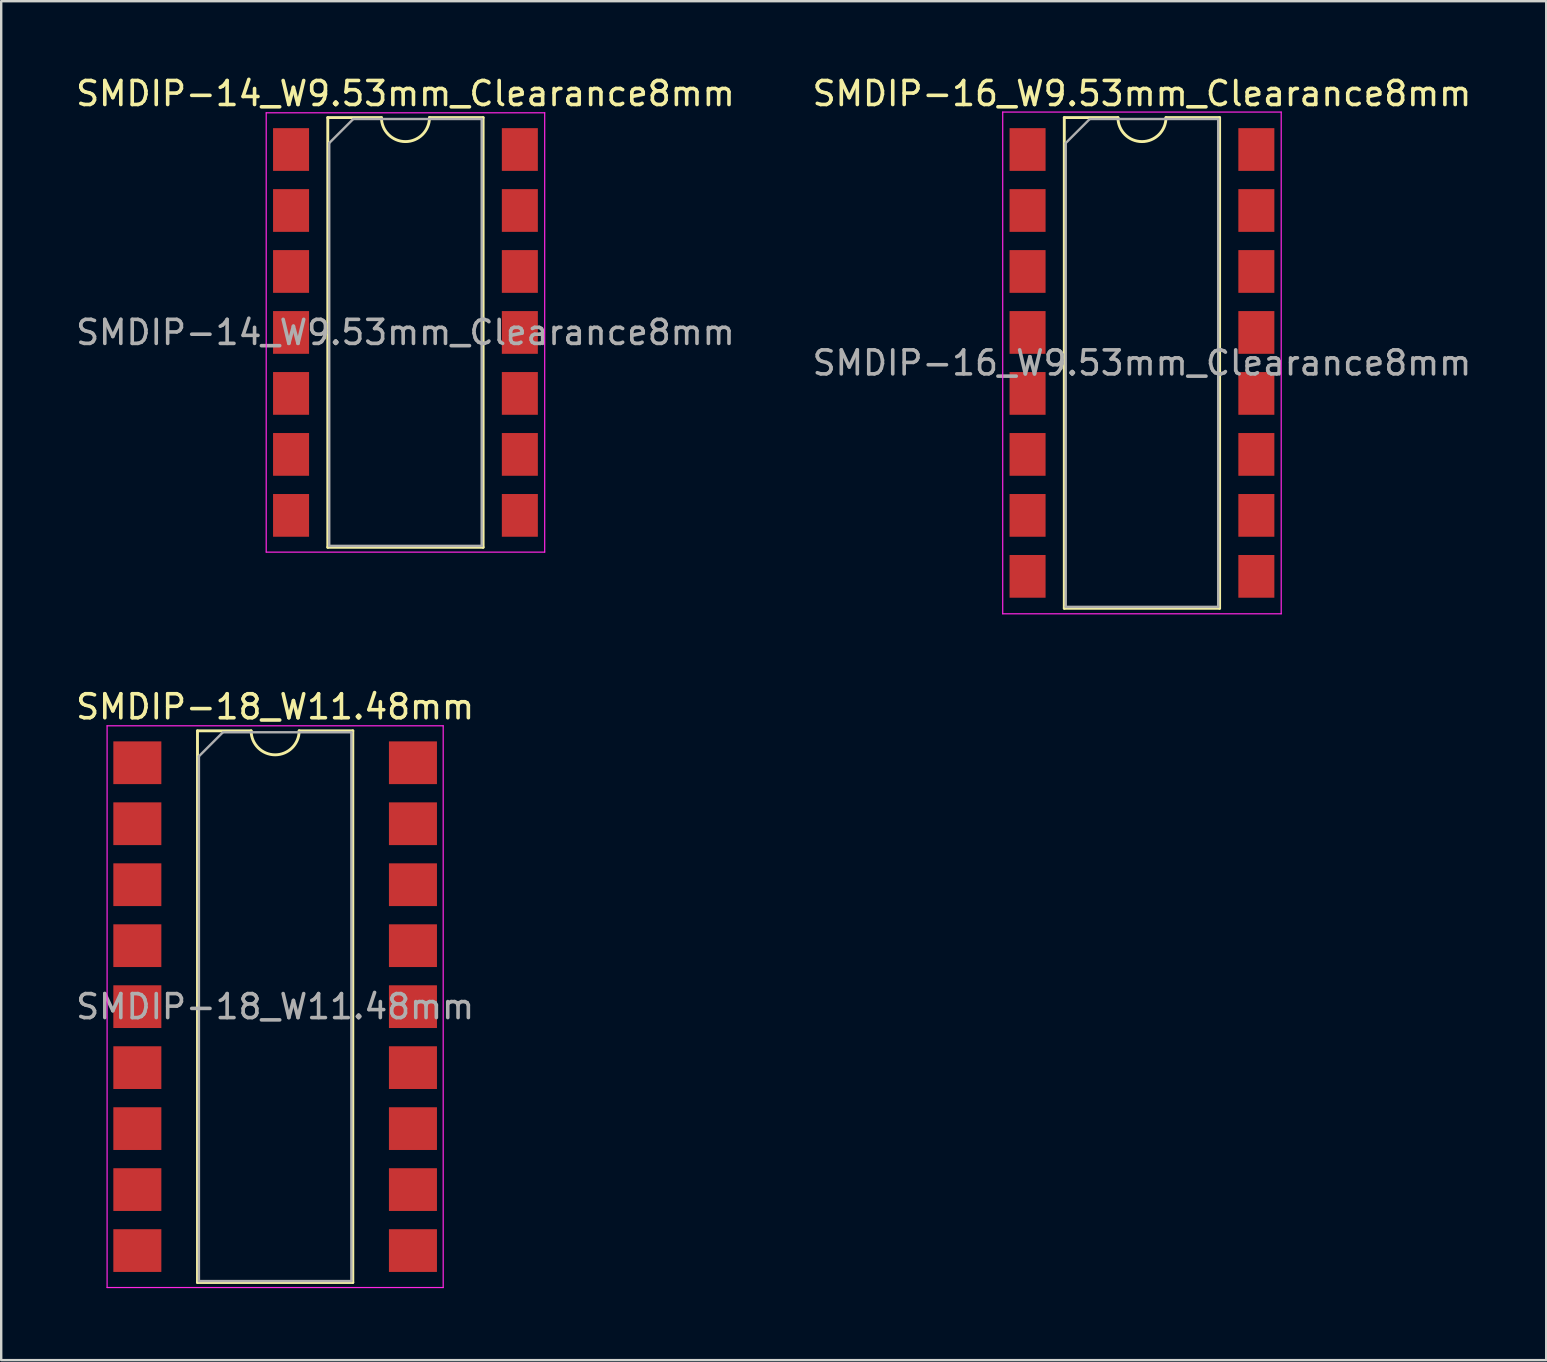
<source format=kicad_pcb>
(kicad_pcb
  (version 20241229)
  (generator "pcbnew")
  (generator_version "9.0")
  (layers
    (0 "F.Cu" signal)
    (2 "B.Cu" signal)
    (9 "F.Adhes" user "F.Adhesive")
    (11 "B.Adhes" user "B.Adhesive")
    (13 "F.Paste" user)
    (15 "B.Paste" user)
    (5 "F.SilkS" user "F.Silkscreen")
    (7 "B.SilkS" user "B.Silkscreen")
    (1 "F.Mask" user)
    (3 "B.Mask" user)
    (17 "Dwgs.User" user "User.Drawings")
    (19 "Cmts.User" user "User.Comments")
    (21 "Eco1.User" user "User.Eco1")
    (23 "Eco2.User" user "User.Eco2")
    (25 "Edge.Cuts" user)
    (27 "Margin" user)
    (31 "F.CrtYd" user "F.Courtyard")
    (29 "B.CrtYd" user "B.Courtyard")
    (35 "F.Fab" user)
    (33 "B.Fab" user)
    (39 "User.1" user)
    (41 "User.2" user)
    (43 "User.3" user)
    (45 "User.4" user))
  (footprint "SMDIP-18_W11.48mm"
    (layer "F.Cu")
    (at 8.411 38.882)
    (property "Reference" "SMDIP-18_W11.48mm" (at 0 -12.49 0) (layer "F.SilkS") (effects (font (size 1 1) (thickness 0.15))))
    (attr smd)
    (fp_line (start -3.235 -11.49) (end -3.235 11.49) (stroke (width 0.12) (type solid)) (layer "F.SilkS"))
    (fp_line (start -3.235 11.49) (end 3.235 11.49) (stroke (width 0.12) (type solid)) (layer "F.SilkS"))
    (fp_line (start -1 -11.49) (end -3.235 -11.49) (stroke (width 0.12) (type solid)) (layer "F.SilkS"))
    (fp_line (start 3.235 -11.49) (end 1 -11.49) (stroke (width 0.12) (type solid)) (layer "F.SilkS"))
    (fp_line (start 3.235 11.49) (end 3.235 -11.49) (stroke (width 0.12) (type solid)) (layer "F.SilkS"))
    (fp_arc (start 1 -11.49) (mid 0 -10.49) (end -1 -11.49) (stroke (width 0.12) (type solid)) (layer "F.SilkS"))
    (fp_line (start -7 -11.7) (end -7 11.7) (stroke (width 0.05) (type solid)) (layer "F.CrtYd"))
    (fp_line (start -7 11.7) (end 7 11.7) (stroke (width 0.05) (type solid)) (layer "F.CrtYd"))
    (fp_line (start 7 -11.7) (end -7 -11.7) (stroke (width 0.05) (type solid)) (layer "F.CrtYd"))
    (fp_line (start 7 11.7) (end 7 -11.7) (stroke (width 0.05) (type solid)) (layer "F.CrtYd"))
    (fp_line (start -3.175 -10.43) (end -2.175 -11.43) (stroke (width 0.1) (type solid)) (layer "F.Fab"))
    (fp_line (start -3.175 11.43) (end -3.175 -10.43) (stroke (width 0.1) (type solid)) (layer "F.Fab"))
    (fp_line (start -2.175 -11.43) (end 3.175 -11.43) (stroke (width 0.1) (type solid)) (layer "F.Fab"))
    (fp_line (start 3.175 -11.43) (end 3.175 11.43) (stroke (width 0.1) (type solid)) (layer "F.Fab"))
    (fp_line (start 3.175 11.43) (end -3.175 11.43) (stroke (width 0.1) (type solid)) (layer "F.Fab"))
    (fp_text user "${REFERENCE}" (at 0 0 0) (layer "F.Fab") (effects (font (size 1 1) (thickness 0.15))))
    (pad "1" smd rect (at -5.74 -10.16) (size 2 1.78) (layers "F.Cu" "F.Mask" "F.Paste"))
    (pad "2" smd rect (at -5.74 -7.62) (size 2 1.78) (layers "F.Cu" "F.Mask" "F.Paste"))
    (pad "3" smd rect (at -5.74 -5.08) (size 2 1.78) (layers "F.Cu" "F.Mask" "F.Paste"))
    (pad "4" smd rect (at -5.74 -2.54) (size 2 1.78) (layers "F.Cu" "F.Mask" "F.Paste"))
    (pad "5" smd rect (at -5.74 0) (size 2 1.78) (layers "F.Cu" "F.Mask" "F.Paste"))
    (pad "6" smd rect (at -5.74 2.54) (size 2 1.78) (layers "F.Cu" "F.Mask" "F.Paste"))
    (pad "7" smd rect (at -5.74 5.08) (size 2 1.78) (layers "F.Cu" "F.Mask" "F.Paste"))
    (pad "8" smd rect (at -5.74 7.62) (size 2 1.78) (layers "F.Cu" "F.Mask" "F.Paste"))
    (pad "9" smd rect (at -5.74 10.16) (size 2 1.78) (layers "F.Cu" "F.Mask" "F.Paste"))
    (pad "10" smd rect (at 5.74 10.16) (size 2 1.78) (layers "F.Cu" "F.Mask" "F.Paste"))
    (pad "11" smd rect (at 5.74 7.62) (size 2 1.78) (layers "F.Cu" "F.Mask" "F.Paste"))
    (pad "12" smd rect (at 5.74 5.08) (size 2 1.78) (layers "F.Cu" "F.Mask" "F.Paste"))
    (pad "13" smd rect (at 5.74 2.54) (size 2 1.78) (layers "F.Cu" "F.Mask" "F.Paste"))
    (pad "14" smd rect (at 5.74 0) (size 2 1.78) (layers "F.Cu" "F.Mask" "F.Paste"))
    (pad "15" smd rect (at 5.74 -2.54) (size 2 1.78) (layers "F.Cu" "F.Mask" "F.Paste"))
    (pad "16" smd rect (at 5.74 -5.08) (size 2 1.78) (layers "F.Cu" "F.Mask" "F.Paste"))
    (pad "17" smd rect (at 5.74 -7.62) (size 2 1.78) (layers "F.Cu" "F.Mask" "F.Paste"))
    (pad "18" smd rect (at 5.74 -10.16) (size 2 1.78) (layers "F.Cu" "F.Mask" "F.Paste")))
  (footprint "SMDIP-16_W9.53mm_Clearance8mm"
    (layer "F.Cu")
    (at 44.518 12.068)
    (property "Reference" "SMDIP-16_W9.53mm_Clearance8mm" (at 0 -11.22 0) (layer "F.SilkS") (effects (font (size 1 1) (thickness 0.15))))
    (attr smd)
    (fp_line (start -3.235 -10.22) (end -3.235 10.22) (stroke (width 0.12) (type solid)) (layer "F.SilkS"))
    (fp_line (start -3.235 10.22) (end 3.235 10.22) (stroke (width 0.12) (type solid)) (layer "F.SilkS"))
    (fp_line (start -1 -10.22) (end -3.235 -10.22) (stroke (width 0.12) (type solid)) (layer "F.SilkS"))
    (fp_line (start 3.235 -10.22) (end 1 -10.22) (stroke (width 0.12) (type solid)) (layer "F.SilkS"))
    (fp_line (start 3.235 10.22) (end 3.235 -10.22) (stroke (width 0.12) (type solid)) (layer "F.SilkS"))
    (fp_arc (start 1 -10.22) (mid 0 -9.22) (end -1 -10.22) (stroke (width 0.12) (type solid)) (layer "F.SilkS"))
    (fp_line (start -5.8 -10.45) (end -5.8 10.45) (stroke (width 0.05) (type solid)) (layer "F.CrtYd"))
    (fp_line (start -5.8 10.45) (end 5.8 10.45) (stroke (width 0.05) (type solid)) (layer "F.CrtYd"))
    (fp_line (start 5.8 -10.45) (end -5.8 -10.45) (stroke (width 0.05) (type solid)) (layer "F.CrtYd"))
    (fp_line (start 5.8 10.45) (end 5.8 -10.45) (stroke (width 0.05) (type solid)) (layer "F.CrtYd"))
    (fp_line (start -3.175 -9.16) (end -2.175 -10.16) (stroke (width 0.1) (type solid)) (layer "F.Fab"))
    (fp_line (start -3.175 10.16) (end -3.175 -9.16) (stroke (width 0.1) (type solid)) (layer "F.Fab"))
    (fp_line (start -2.175 -10.16) (end 3.175 -10.16) (stroke (width 0.1) (type solid)) (layer "F.Fab"))
    (fp_line (start 3.175 -10.16) (end 3.175 10.16) (stroke (width 0.1) (type solid)) (layer "F.Fab"))
    (fp_line (start 3.175 10.16) (end -3.175 10.16) (stroke (width 0.1) (type solid)) (layer "F.Fab"))
    (fp_text user "${REFERENCE}" (at 0 0 0) (layer "F.Fab") (effects (font (size 1 1) (thickness 0.15))))
    (pad "1" smd rect (at -4.765 -8.89) (size 1.5 1.78) (layers "F.Cu" "F.Mask" "F.Paste"))
    (pad "2" smd rect (at -4.765 -6.35) (size 1.5 1.78) (layers "F.Cu" "F.Mask" "F.Paste"))
    (pad "3" smd rect (at -4.765 -3.81) (size 1.5 1.78) (layers "F.Cu" "F.Mask" "F.Paste"))
    (pad "4" smd rect (at -4.765 -1.27) (size 1.5 1.78) (layers "F.Cu" "F.Mask" "F.Paste"))
    (pad "5" smd rect (at -4.765 1.27) (size 1.5 1.78) (layers "F.Cu" "F.Mask" "F.Paste"))
    (pad "6" smd rect (at -4.765 3.81) (size 1.5 1.78) (layers "F.Cu" "F.Mask" "F.Paste"))
    (pad "7" smd rect (at -4.765 6.35) (size 1.5 1.78) (layers "F.Cu" "F.Mask" "F.Paste"))
    (pad "8" smd rect (at -4.765 8.89) (size 1.5 1.78) (layers "F.Cu" "F.Mask" "F.Paste"))
    (pad "9" smd rect (at 4.765 8.89) (size 1.5 1.78) (layers "F.Cu" "F.Mask" "F.Paste"))
    (pad "10" smd rect (at 4.765 6.35) (size 1.5 1.78) (layers "F.Cu" "F.Mask" "F.Paste"))
    (pad "11" smd rect (at 4.765 3.81) (size 1.5 1.78) (layers "F.Cu" "F.Mask" "F.Paste"))
    (pad "12" smd rect (at 4.765 1.27) (size 1.5 1.78) (layers "F.Cu" "F.Mask" "F.Paste"))
    (pad "13" smd rect (at 4.765 -1.27) (size 1.5 1.78) (layers "F.Cu" "F.Mask" "F.Paste"))
    (pad "14" smd rect (at 4.765 -3.81) (size 1.5 1.78) (layers "F.Cu" "F.Mask" "F.Paste"))
    (pad "15" smd rect (at 4.765 -6.35) (size 1.5 1.78) (layers "F.Cu" "F.Mask" "F.Paste"))
    (pad "16" smd rect (at 4.765 -8.89) (size 1.5 1.78) (layers "F.Cu" "F.Mask" "F.Paste")))
  (footprint "SMDIP-14_W9.53mm_Clearance8mm"
    (layer "F.Cu")
    (at 13.839 10.798)
    (property "Reference" "SMDIP-14_W9.53mm_Clearance8mm" (at 0 -9.95 0) (layer "F.SilkS") (effects (font (size 1 1) (thickness 0.15))))
    (attr smd)
    (fp_line (start -3.235 -8.95) (end -3.235 8.95) (stroke (width 0.12) (type solid)) (layer "F.SilkS"))
    (fp_line (start -3.235 8.95) (end 3.235 8.95) (stroke (width 0.12) (type solid)) (layer "F.SilkS"))
    (fp_line (start -1 -8.95) (end -3.235 -8.95) (stroke (width 0.12) (type solid)) (layer "F.SilkS"))
    (fp_line (start 3.235 -8.95) (end 1 -8.95) (stroke (width 0.12) (type solid)) (layer "F.SilkS"))
    (fp_line (start 3.235 8.95) (end 3.235 -8.95) (stroke (width 0.12) (type solid)) (layer "F.SilkS"))
    (fp_arc (start 1 -8.95) (mid 0 -7.95) (end -1 -8.95) (stroke (width 0.12) (type solid)) (layer "F.SilkS"))
    (fp_line (start -5.8 -9.15) (end -5.8 9.15) (stroke (width 0.05) (type solid)) (layer "F.CrtYd"))
    (fp_line (start -5.8 9.15) (end 5.8 9.15) (stroke (width 0.05) (type solid)) (layer "F.CrtYd"))
    (fp_line (start 5.8 -9.15) (end -5.8 -9.15) (stroke (width 0.05) (type solid)) (layer "F.CrtYd"))
    (fp_line (start 5.8 9.15) (end 5.8 -9.15) (stroke (width 0.05) (type solid)) (layer "F.CrtYd"))
    (fp_line (start -3.175 -7.89) (end -2.175 -8.89) (stroke (width 0.1) (type solid)) (layer "F.Fab"))
    (fp_line (start -3.175 8.89) (end -3.175 -7.89) (stroke (width 0.1) (type solid)) (layer "F.Fab"))
    (fp_line (start -2.175 -8.89) (end 3.175 -8.89) (stroke (width 0.1) (type solid)) (layer "F.Fab"))
    (fp_line (start 3.175 -8.89) (end 3.175 8.89) (stroke (width 0.1) (type solid)) (layer "F.Fab"))
    (fp_line (start 3.175 8.89) (end -3.175 8.89) (stroke (width 0.1) (type solid)) (layer "F.Fab"))
    (fp_text user "${REFERENCE}" (at 0 0 0) (layer "F.Fab") (effects (font (size 1 1) (thickness 0.15))))
    (pad "1" smd rect (at -4.765 -7.62) (size 1.5 1.78) (layers "F.Cu" "F.Mask" "F.Paste"))
    (pad "2" smd rect (at -4.765 -5.08) (size 1.5 1.78) (layers "F.Cu" "F.Mask" "F.Paste"))
    (pad "3" smd rect (at -4.765 -2.54) (size 1.5 1.78) (layers "F.Cu" "F.Mask" "F.Paste"))
    (pad "4" smd rect (at -4.765 0) (size 1.5 1.78) (layers "F.Cu" "F.Mask" "F.Paste"))
    (pad "5" smd rect (at -4.765 2.54) (size 1.5 1.78) (layers "F.Cu" "F.Mask" "F.Paste"))
    (pad "6" smd rect (at -4.765 5.08) (size 1.5 1.78) (layers "F.Cu" "F.Mask" "F.Paste"))
    (pad "7" smd rect (at -4.765 7.62) (size 1.5 1.78) (layers "F.Cu" "F.Mask" "F.Paste"))
    (pad "8" smd rect (at 4.765 7.62) (size 1.5 1.78) (layers "F.Cu" "F.Mask" "F.Paste"))
    (pad "9" smd rect (at 4.765 5.08) (size 1.5 1.78) (layers "F.Cu" "F.Mask" "F.Paste"))
    (pad "10" smd rect (at 4.765 2.54) (size 1.5 1.78) (layers "F.Cu" "F.Mask" "F.Paste"))
    (pad "11" smd rect (at 4.765 0) (size 1.5 1.78) (layers "F.Cu" "F.Mask" "F.Paste"))
    (pad "12" smd rect (at 4.765 -2.54) (size 1.5 1.78) (layers "F.Cu" "F.Mask" "F.Paste"))
    (pad "13" smd rect (at 4.765 -5.08) (size 1.5 1.78) (layers "F.Cu" "F.Mask" "F.Paste"))
    (pad "14" smd rect (at 4.765 -7.62) (size 1.5 1.78) (layers "F.Cu" "F.Mask" "F.Paste")))
  (gr_rect
    (start -3 -3)
    (end 61.357 53.606)
    (stroke (width 0.1) (type default))
    (fill no)
    (layer "Edge.Cuts")))
</source>
